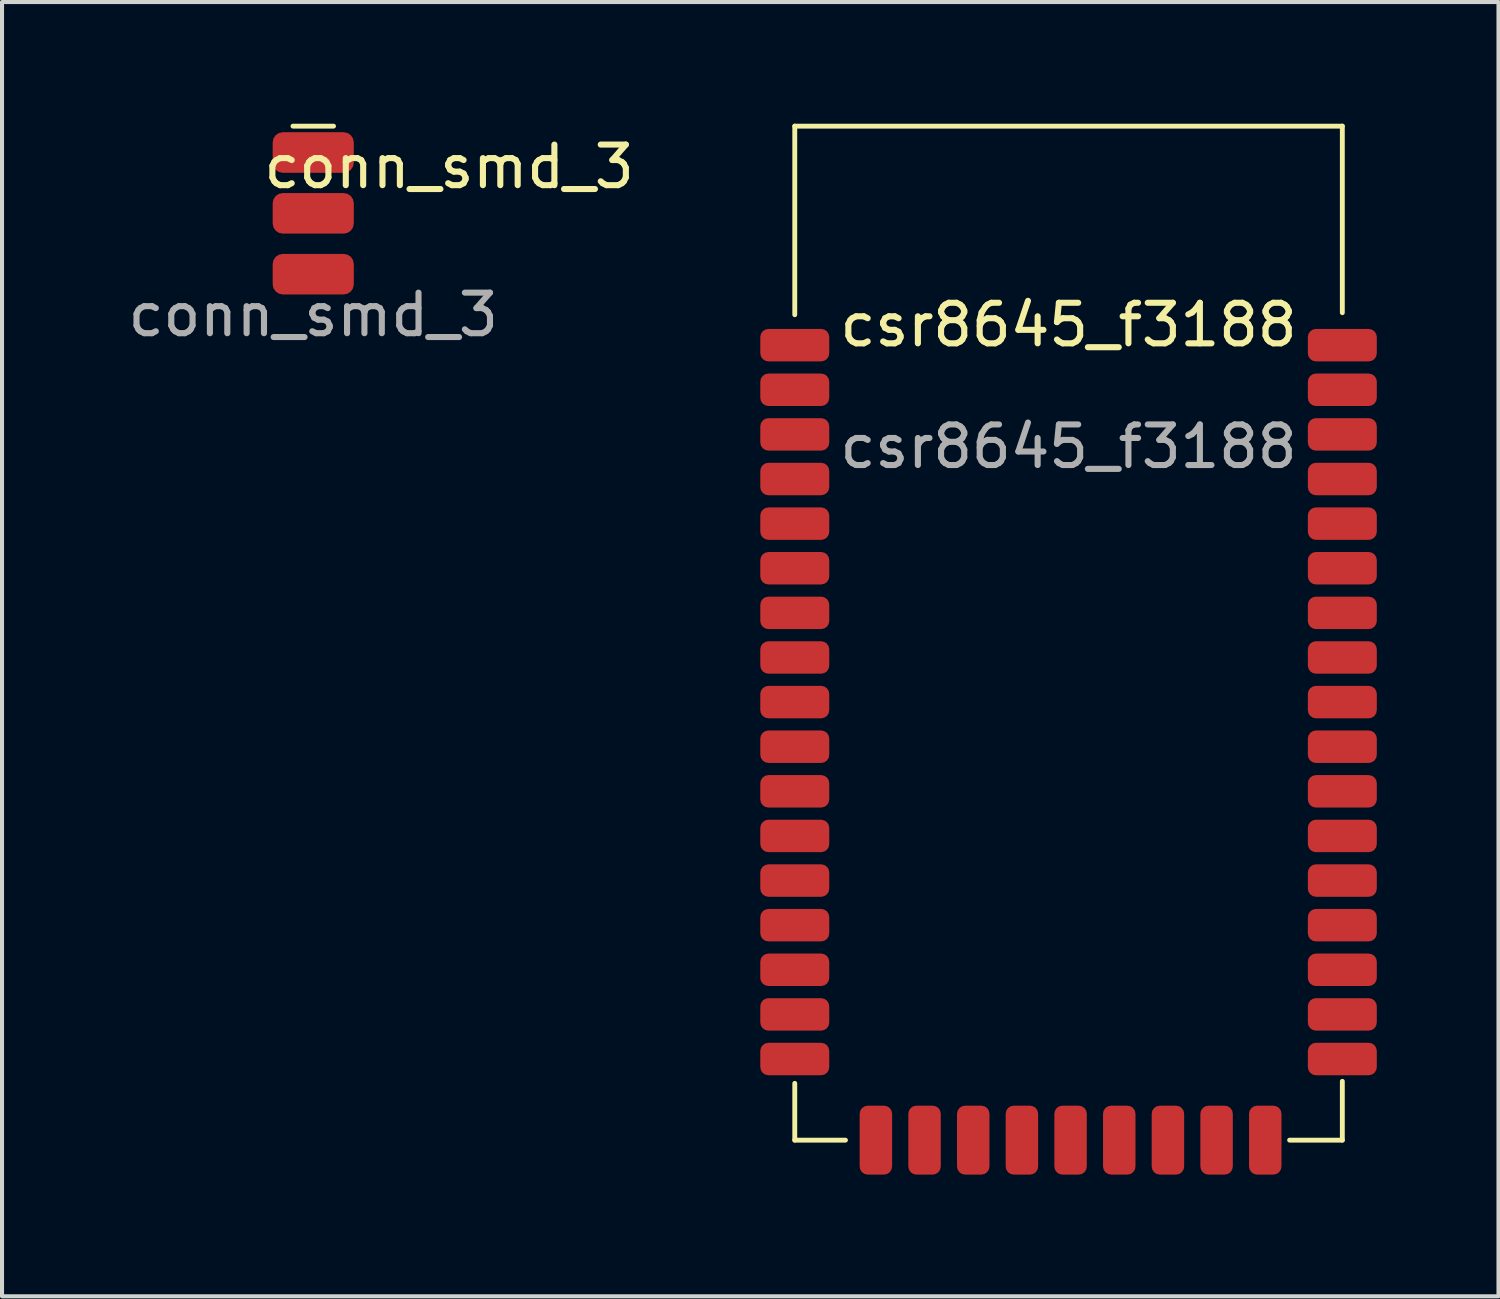
<source format=kicad_pcb>
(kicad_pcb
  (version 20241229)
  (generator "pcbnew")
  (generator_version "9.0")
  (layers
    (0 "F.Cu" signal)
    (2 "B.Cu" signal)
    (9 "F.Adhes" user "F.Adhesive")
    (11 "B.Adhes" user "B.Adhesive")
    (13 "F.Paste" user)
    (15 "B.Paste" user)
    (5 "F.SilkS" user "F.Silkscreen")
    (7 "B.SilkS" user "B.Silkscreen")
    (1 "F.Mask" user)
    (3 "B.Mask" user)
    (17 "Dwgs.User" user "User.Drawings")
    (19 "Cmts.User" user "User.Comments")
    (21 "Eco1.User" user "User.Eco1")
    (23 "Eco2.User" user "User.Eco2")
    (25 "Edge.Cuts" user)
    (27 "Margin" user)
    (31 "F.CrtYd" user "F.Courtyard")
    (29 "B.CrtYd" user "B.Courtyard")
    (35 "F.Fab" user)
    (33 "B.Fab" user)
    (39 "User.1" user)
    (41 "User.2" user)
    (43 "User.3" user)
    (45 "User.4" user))
  (footprint "conn_smd_3"
    (layer "F.Cu")
    (at 4.673 2.21)
    (property "Reference" "conn_smd_3" (at 3.35 -1.15 0) (unlocked yes) (layer "F.SilkS") (effects (font (size 1 1) (thickness 0.15))))
    (attr smd)
    (fp_line (start -0.5 -2.15) (end 0.5 -2.15) (stroke (width 0.12) (type default)) (layer "F.SilkS"))
    (fp_text user "${REFERENCE}" (at 0 2.5 0) (unlocked yes) (layer "F.Fab") (effects (font (size 1 1) (thickness 0.15))))
    (pad "1" smd roundrect (at 0 -1.5) (size 2 1) (layers "F.Cu" "F.Mask" "F.Paste") (roundrect_rratio 0.25))
    (pad "2" smd roundrect (at 0 0) (size 2 1) (layers "F.Cu" "F.Mask" "F.Paste") (roundrect_rratio 0.25))
    (pad "3" smd roundrect (at 0 1.5) (size 2 1) (layers "F.Cu" "F.Mask" "F.Paste") (roundrect_rratio 0.25)))
  (footprint "csr8645_f3188"
    (layer "F.Cu")
    (at 23.295 5.46)
    (property "Reference" "csr8645_f3188" (at 0 -0.5 0) (unlocked yes) (layer "F.SilkS") (effects (font (size 1 1) (thickness 0.15))))
    (attr smd)
    (fp_line (start -6.75 -5.4) (end 6.75 -5.4) (stroke (width 0.12) (type default)) (layer "F.SilkS"))
    (fp_line (start -6.75 -0.75) (end -6.75 -5.4) (stroke (width 0.12) (type default)) (layer "F.SilkS"))
    (fp_line (start -6.75 18.2) (end -6.75 19.6) (stroke (width 0.12) (type default)) (layer "F.SilkS"))
    (fp_line (start -6.75 19.6) (end -5.5 19.6) (stroke (width 0.12) (type default)) (layer "F.SilkS"))
    (fp_line (start 5.45 19.6) (end 6.75 19.6) (stroke (width 0.12) (type default)) (layer "F.SilkS"))
    (fp_line (start 6.75 -5.4) (end 6.75 -0.8) (stroke (width 0.12) (type default)) (layer "F.SilkS"))
    (fp_line (start 6.75 19.6) (end 6.75 18.15) (stroke (width 0.12) (type default)) (layer "F.SilkS"))
    (fp_text user "${REFERENCE}" (at 0 2.5 0) (unlocked yes) (layer "F.Fab") (effects (font (size 1 1) (thickness 0.15))))
    (pad "1" smd roundrect (at -6.75 0) (size 1.7 0.8) (layers "F.Cu" "F.Mask" "F.Paste") (roundrect_rratio 0.25))
    (pad "2" smd roundrect (at -6.75 1.1) (size 1.7 0.8) (layers "F.Cu" "F.Mask" "F.Paste") (roundrect_rratio 0.25))
    (pad "3" smd roundrect (at -6.75 2.2) (size 1.7 0.8) (layers "F.Cu" "F.Mask" "F.Paste") (roundrect_rratio 0.25))
    (pad "4" smd roundrect (at -6.75 3.3) (size 1.7 0.8) (layers "F.Cu" "F.Mask" "F.Paste") (roundrect_rratio 0.25))
    (pad "5" smd roundrect (at -6.75 4.4) (size 1.7 0.8) (layers "F.Cu" "F.Mask" "F.Paste") (roundrect_rratio 0.25))
    (pad "6" smd roundrect (at -6.75 5.5) (size 1.7 0.8) (layers "F.Cu" "F.Mask" "F.Paste") (roundrect_rratio 0.25))
    (pad "7" smd roundrect (at -6.75 6.6) (size 1.7 0.8) (layers "F.Cu" "F.Mask" "F.Paste") (roundrect_rratio 0.25))
    (pad "8" smd roundrect (at -6.75 7.7) (size 1.7 0.8) (layers "F.Cu" "F.Mask" "F.Paste") (roundrect_rratio 0.25))
    (pad "9" smd roundrect (at -6.75 8.8) (size 1.7 0.8) (layers "F.Cu" "F.Mask" "F.Paste") (roundrect_rratio 0.25))
    (pad "10" smd roundrect (at -6.75 9.9) (size 1.7 0.8) (layers "F.Cu" "F.Mask" "F.Paste") (roundrect_rratio 0.25))
    (pad "11" smd roundrect (at -6.75 11) (size 1.7 0.8) (layers "F.Cu" "F.Mask" "F.Paste") (roundrect_rratio 0.25))
    (pad "12" smd roundrect (at -6.75 12.1) (size 1.7 0.8) (layers "F.Cu" "F.Mask" "F.Paste") (roundrect_rratio 0.25))
    (pad "13" smd roundrect (at -6.75 13.2) (size 1.7 0.8) (layers "F.Cu" "F.Mask" "F.Paste") (roundrect_rratio 0.25))
    (pad "14" smd roundrect (at -6.75 14.3) (size 1.7 0.8) (layers "F.Cu" "F.Mask" "F.Paste") (roundrect_rratio 0.25))
    (pad "15" smd roundrect (at -6.75 15.4) (size 1.7 0.8) (layers "F.Cu" "F.Mask" "F.Paste") (roundrect_rratio 0.25))
    (pad "16" smd roundrect (at -6.75 16.5) (size 1.7 0.8) (layers "F.Cu" "F.Mask" "F.Paste") (roundrect_rratio 0.25))
    (pad "17" smd roundrect (at -6.75 17.6) (size 1.7 0.8) (layers "F.Cu" "F.Mask" "F.Paste") (roundrect_rratio 0.25))
    (pad "18" smd roundrect (at -4.75 19.6 90) (size 1.7 0.8) (layers "F.Cu" "F.Mask" "F.Paste") (roundrect_rratio 0.25))
    (pad "19" smd roundrect (at -3.55 19.6 90) (size 1.7 0.8) (layers "F.Cu" "F.Mask" "F.Paste") (roundrect_rratio 0.25))
    (pad "20" smd roundrect (at -2.35 19.6 90) (size 1.7 0.8) (layers "F.Cu" "F.Mask" "F.Paste") (roundrect_rratio 0.25))
    (pad "21" smd roundrect (at -1.15 19.6 90) (size 1.7 0.8) (layers "F.Cu" "F.Mask" "F.Paste") (roundrect_rratio 0.25))
    (pad "22" smd roundrect (at 0.05 19.6 90) (size 1.7 0.8) (layers "F.Cu" "F.Mask" "F.Paste") (roundrect_rratio 0.25))
    (pad "23" smd roundrect (at 1.25 19.6 90) (size 1.7 0.8) (layers "F.Cu" "F.Mask" "F.Paste") (roundrect_rratio 0.25))
    (pad "24" smd roundrect (at 2.45 19.6 90) (size 1.7 0.8) (layers "F.Cu" "F.Mask" "F.Paste") (roundrect_rratio 0.25))
    (pad "25" smd roundrect (at 3.65 19.6 90) (size 1.7 0.8) (layers "F.Cu" "F.Mask" "F.Paste") (roundrect_rratio 0.25))
    (pad "26" smd roundrect (at 4.85 19.6 90) (size 1.7 0.8) (layers "F.Cu" "F.Mask" "F.Paste") (roundrect_rratio 0.25))
    (pad "27" smd roundrect (at 6.75 17.6 180) (size 1.7 0.8) (layers "F.Cu" "F.Mask" "F.Paste") (roundrect_rratio 0.25))
    (pad "28" smd roundrect (at 6.75 16.5 180) (size 1.7 0.8) (layers "F.Cu" "F.Mask" "F.Paste") (roundrect_rratio 0.25))
    (pad "29" smd roundrect (at 6.75 15.4 180) (size 1.7 0.8) (layers "F.Cu" "F.Mask" "F.Paste") (roundrect_rratio 0.25))
    (pad "30" smd roundrect (at 6.75 14.3 180) (size 1.7 0.8) (layers "F.Cu" "F.Mask" "F.Paste") (roundrect_rratio 0.25))
    (pad "31" smd roundrect (at 6.75 13.2 180) (size 1.7 0.8) (layers "F.Cu" "F.Mask" "F.Paste") (roundrect_rratio 0.25))
    (pad "32" smd roundrect (at 6.75 12.1 180) (size 1.7 0.8) (layers "F.Cu" "F.Mask" "F.Paste") (roundrect_rratio 0.25))
    (pad "33" smd roundrect (at 6.75 11 180) (size 1.7 0.8) (layers "F.Cu" "F.Mask" "F.Paste") (roundrect_rratio 0.25))
    (pad "34" smd roundrect (at 6.75 9.9 180) (size 1.7 0.8) (layers "F.Cu" "F.Mask" "F.Paste") (roundrect_rratio 0.25))
    (pad "35" smd roundrect (at 6.75 8.8 180) (size 1.7 0.8) (layers "F.Cu" "F.Mask" "F.Paste") (roundrect_rratio 0.25))
    (pad "36" smd roundrect (at 6.75 7.7 180) (size 1.7 0.8) (layers "F.Cu" "F.Mask" "F.Paste") (roundrect_rratio 0.25))
    (pad "37" smd roundrect (at 6.75 6.6 180) (size 1.7 0.8) (layers "F.Cu" "F.Mask" "F.Paste") (roundrect_rratio 0.25))
    (pad "38" smd roundrect (at 6.75 5.5 180) (size 1.7 0.8) (layers "F.Cu" "F.Mask" "F.Paste") (roundrect_rratio 0.25))
    (pad "39" smd roundrect (at 6.75 4.4 180) (size 1.7 0.8) (layers "F.Cu" "F.Mask" "F.Paste") (roundrect_rratio 0.25))
    (pad "40" smd roundrect (at 6.75 3.3 180) (size 1.7 0.8) (layers "F.Cu" "F.Mask" "F.Paste") (roundrect_rratio 0.25))
    (pad "41" smd roundrect (at 6.75 2.2 180) (size 1.7 0.8) (layers "F.Cu" "F.Mask" "F.Paste") (roundrect_rratio 0.25))
    (pad "42" smd roundrect (at 6.75 1.1 180) (size 1.7 0.8) (layers "F.Cu" "F.Mask" "F.Paste") (roundrect_rratio 0.25))
    (pad "43" smd roundrect (at 6.75 0 180) (size 1.7 0.8) (layers "F.Cu" "F.Mask" "F.Paste") (roundrect_rratio 0.25)))
  (gr_rect
    (start -3 -3)
    (end 33.895 28.91)
    (stroke (width 0.1) (type default))
    (fill no)
    (layer "Edge.Cuts")))
</source>
